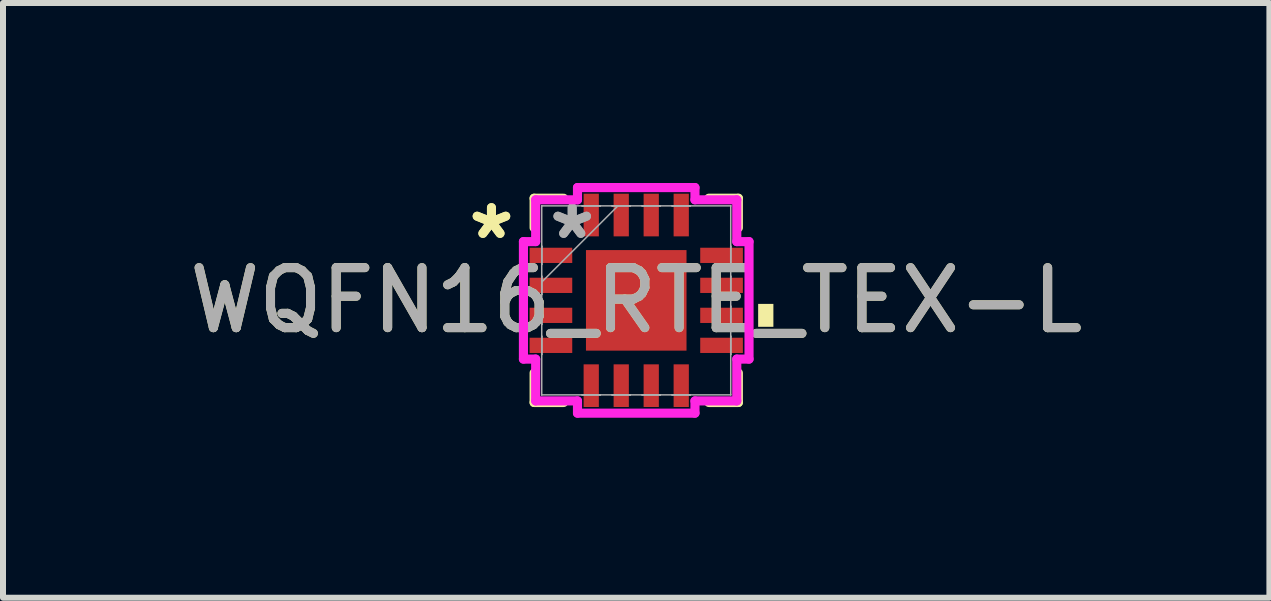
<source format=kicad_pcb>
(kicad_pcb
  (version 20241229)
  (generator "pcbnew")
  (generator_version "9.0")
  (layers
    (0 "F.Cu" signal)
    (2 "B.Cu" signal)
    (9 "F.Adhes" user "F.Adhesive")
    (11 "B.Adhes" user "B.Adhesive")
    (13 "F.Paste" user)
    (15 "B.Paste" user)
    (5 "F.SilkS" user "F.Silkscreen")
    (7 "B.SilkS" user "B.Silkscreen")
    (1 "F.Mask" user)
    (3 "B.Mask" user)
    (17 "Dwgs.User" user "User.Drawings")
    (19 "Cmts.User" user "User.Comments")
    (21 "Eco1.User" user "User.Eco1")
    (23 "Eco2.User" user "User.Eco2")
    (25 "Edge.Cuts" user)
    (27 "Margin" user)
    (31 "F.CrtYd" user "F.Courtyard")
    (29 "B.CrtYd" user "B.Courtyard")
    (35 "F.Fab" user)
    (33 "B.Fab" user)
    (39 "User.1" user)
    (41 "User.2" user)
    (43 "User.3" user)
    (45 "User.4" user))
  (footprint "WQFN16_RTE_TEX-L"
    (layer "F.Cu")
    (at 7.554 1.956)
    (property "Reference" "WQFN16_RTE_TEX-L" (at 0 0 0) (unlocked yes) (layer "F.SilkS") (effects (font (size 1 1) (thickness 0.15))))
    (attr smd)
    (fp_line (start -1.702 -1.702) (end -1.702 -1.21) (stroke (width 0.152) (type solid)) (layer "F.SilkS"))
    (fp_line (start -1.702 1.21) (end -1.702 1.702) (stroke (width 0.152) (type solid)) (layer "F.SilkS"))
    (fp_line (start -1.702 1.702) (end -1.21 1.702) (stroke (width 0.152) (type solid)) (layer "F.SilkS"))
    (fp_line (start -1.21 -1.702) (end -1.702 -1.702) (stroke (width 0.152) (type solid)) (layer "F.SilkS"))
    (fp_line (start 1.21 1.702) (end 1.702 1.702) (stroke (width 0.152) (type solid)) (layer "F.SilkS"))
    (fp_line (start 1.702 -1.702) (end 1.21 -1.702) (stroke (width 0.152) (type solid)) (layer "F.SilkS"))
    (fp_line (start 1.702 -1.21) (end 1.702 -1.702) (stroke (width 0.152) (type solid)) (layer "F.SilkS"))
    (fp_line (start 1.702 1.702) (end 1.702 1.21) (stroke (width 0.152) (type solid)) (layer "F.SilkS"))
    (fp_poly (pts (xy 2.286 0.059) (xy 2.286 0.441) (xy 2.032 0.441) (xy 2.032 0.059)) (stroke (width 0) (type solid)) (fill yes) (layer "F.SilkS"))
    (fp_line (start -1.88 -0.979) (end -1.676 -0.979) (stroke (width 0.152) (type solid)) (layer "F.CrtYd"))
    (fp_line (start -1.88 0.979) (end -1.88 -0.979) (stroke (width 0.152) (type solid)) (layer "F.CrtYd"))
    (fp_line (start -1.676 -1.676) (end -0.979 -1.676) (stroke (width 0.152) (type solid)) (layer "F.CrtYd"))
    (fp_line (start -1.676 -0.979) (end -1.676 -1.676) (stroke (width 0.152) (type solid)) (layer "F.CrtYd"))
    (fp_line (start -1.676 0.979) (end -1.88 0.979) (stroke (width 0.152) (type solid)) (layer "F.CrtYd"))
    (fp_line (start -1.676 1.676) (end -1.676 0.979) (stroke (width 0.152) (type solid)) (layer "F.CrtYd"))
    (fp_line (start -0.979 -1.88) (end 0.979 -1.88) (stroke (width 0.152) (type solid)) (layer "F.CrtYd"))
    (fp_line (start -0.979 -1.676) (end -0.979 -1.88) (stroke (width 0.152) (type solid)) (layer "F.CrtYd"))
    (fp_line (start -0.979 1.676) (end -1.676 1.676) (stroke (width 0.152) (type solid)) (layer "F.CrtYd"))
    (fp_line (start -0.979 1.88) (end -0.979 1.676) (stroke (width 0.152) (type solid)) (layer "F.CrtYd"))
    (fp_line (start 0.979 -1.88) (end 0.979 -1.676) (stroke (width 0.152) (type solid)) (layer "F.CrtYd"))
    (fp_line (start 0.979 -1.676) (end 1.676 -1.676) (stroke (width 0.152) (type solid)) (layer "F.CrtYd"))
    (fp_line (start 0.979 1.676) (end 0.979 1.88) (stroke (width 0.152) (type solid)) (layer "F.CrtYd"))
    (fp_line (start 0.979 1.88) (end -0.979 1.88) (stroke (width 0.152) (type solid)) (layer "F.CrtYd"))
    (fp_line (start 1.676 -1.676) (end 1.676 -0.979) (stroke (width 0.152) (type solid)) (layer "F.CrtYd"))
    (fp_line (start 1.676 -0.979) (end 1.88 -0.979) (stroke (width 0.152) (type solid)) (layer "F.CrtYd"))
    (fp_line (start 1.676 0.979) (end 1.676 1.676) (stroke (width 0.152) (type solid)) (layer "F.CrtYd"))
    (fp_line (start 1.676 1.676) (end 0.979 1.676) (stroke (width 0.152) (type solid)) (layer "F.CrtYd"))
    (fp_line (start 1.88 -0.979) (end 1.88 0.979) (stroke (width 0.152) (type solid)) (layer "F.CrtYd"))
    (fp_line (start 1.88 0.979) (end 1.676 0.979) (stroke (width 0.152) (type solid)) (layer "F.CrtYd"))
    (fp_line (start -1.575 -1.575) (end -1.575 -1.575) (stroke (width 0.025) (type solid)) (layer "F.Fab"))
    (fp_line (start -1.575 -1.575) (end -1.575 1.575) (stroke (width 0.025) (type solid)) (layer "F.Fab"))
    (fp_line (start -1.575 -0.902) (end -1.575 -0.902) (stroke (width 0.025) (type solid)) (layer "F.Fab"))
    (fp_line (start -1.575 -0.902) (end -1.575 -0.598) (stroke (width 0.025) (type solid)) (layer "F.Fab"))
    (fp_line (start -1.575 -0.598) (end -1.575 -0.902) (stroke (width 0.025) (type solid)) (layer "F.Fab"))
    (fp_line (start -1.575 -0.598) (end -1.575 -0.598) (stroke (width 0.025) (type solid)) (layer "F.Fab"))
    (fp_line (start -1.575 -0.402) (end -1.575 -0.402) (stroke (width 0.025) (type solid)) (layer "F.Fab"))
    (fp_line (start -1.575 -0.402) (end -1.575 -0.098) (stroke (width 0.025) (type solid)) (layer "F.Fab"))
    (fp_line (start -1.575 -0.305) (end -0.305 -1.575) (stroke (width 0.025) (type solid)) (layer "F.Fab"))
    (fp_line (start -1.575 -0.098) (end -1.575 -0.402) (stroke (width 0.025) (type solid)) (layer "F.Fab"))
    (fp_line (start -1.575 -0.098) (end -1.575 -0.098) (stroke (width 0.025) (type solid)) (layer "F.Fab"))
    (fp_line (start -1.575 0.098) (end -1.575 0.098) (stroke (width 0.025) (type solid)) (layer "F.Fab"))
    (fp_line (start -1.575 0.098) (end -1.575 0.402) (stroke (width 0.025) (type solid)) (layer "F.Fab"))
    (fp_line (start -1.575 0.402) (end -1.575 0.098) (stroke (width 0.025) (type solid)) (layer "F.Fab"))
    (fp_line (start -1.575 0.402) (end -1.575 0.402) (stroke (width 0.025) (type solid)) (layer "F.Fab"))
    (fp_line (start -1.575 0.598) (end -1.575 0.598) (stroke (width 0.025) (type solid)) (layer "F.Fab"))
    (fp_line (start -1.575 0.598) (end -1.575 0.902) (stroke (width 0.025) (type solid)) (layer "F.Fab"))
    (fp_line (start -1.575 0.902) (end -1.575 0.598) (stroke (width 0.025) (type solid)) (layer "F.Fab"))
    (fp_line (start -1.575 0.902) (end -1.575 0.902) (stroke (width 0.025) (type solid)) (layer "F.Fab"))
    (fp_line (start -1.575 1.575) (end -1.575 1.575) (stroke (width 0.025) (type solid)) (layer "F.Fab"))
    (fp_line (start -1.575 1.575) (end 1.575 1.575) (stroke (width 0.025) (type solid)) (layer "F.Fab"))
    (fp_line (start -0.902 -1.575) (end -0.902 -1.575) (stroke (width 0.025) (type solid)) (layer "F.Fab"))
    (fp_line (start -0.902 -1.575) (end -0.598 -1.575) (stroke (width 0.025) (type solid)) (layer "F.Fab"))
    (fp_line (start -0.902 1.575) (end -0.902 1.575) (stroke (width 0.025) (type solid)) (layer "F.Fab"))
    (fp_line (start -0.902 1.575) (end -0.598 1.575) (stroke (width 0.025) (type solid)) (layer "F.Fab"))
    (fp_line (start -0.598 -1.575) (end -0.902 -1.575) (stroke (width 0.025) (type solid)) (layer "F.Fab"))
    (fp_line (start -0.598 -1.575) (end -0.598 -1.575) (stroke (width 0.025) (type solid)) (layer "F.Fab"))
    (fp_line (start -0.598 1.575) (end -0.902 1.575) (stroke (width 0.025) (type solid)) (layer "F.Fab"))
    (fp_line (start -0.598 1.575) (end -0.598 1.575) (stroke (width 0.025) (type solid)) (layer "F.Fab"))
    (fp_line (start -0.402 -1.575) (end -0.402 -1.575) (stroke (width 0.025) (type solid)) (layer "F.Fab"))
    (fp_line (start -0.402 -1.575) (end -0.098 -1.575) (stroke (width 0.025) (type solid)) (layer "F.Fab"))
    (fp_line (start -0.402 1.575) (end -0.402 1.575) (stroke (width 0.025) (type solid)) (layer "F.Fab"))
    (fp_line (start -0.402 1.575) (end -0.098 1.575) (stroke (width 0.025) (type solid)) (layer "F.Fab"))
    (fp_line (start -0.098 -1.575) (end -0.402 -1.575) (stroke (width 0.025) (type solid)) (layer "F.Fab"))
    (fp_line (start -0.098 -1.575) (end -0.098 -1.575) (stroke (width 0.025) (type solid)) (layer "F.Fab"))
    (fp_line (start -0.098 1.575) (end -0.402 1.575) (stroke (width 0.025) (type solid)) (layer "F.Fab"))
    (fp_line (start -0.098 1.575) (end -0.098 1.575) (stroke (width 0.025) (type solid)) (layer "F.Fab"))
    (fp_line (start 0.098 -1.575) (end 0.098 -1.575) (stroke (width 0.025) (type solid)) (layer "F.Fab"))
    (fp_line (start 0.098 -1.575) (end 0.402 -1.575) (stroke (width 0.025) (type solid)) (layer "F.Fab"))
    (fp_line (start 0.098 1.575) (end 0.098 1.575) (stroke (width 0.025) (type solid)) (layer "F.Fab"))
    (fp_line (start 0.098 1.575) (end 0.402 1.575) (stroke (width 0.025) (type solid)) (layer "F.Fab"))
    (fp_line (start 0.402 -1.575) (end 0.098 -1.575) (stroke (width 0.025) (type solid)) (layer "F.Fab"))
    (fp_line (start 0.402 -1.575) (end 0.402 -1.575) (stroke (width 0.025) (type solid)) (layer "F.Fab"))
    (fp_line (start 0.402 1.575) (end 0.098 1.575) (stroke (width 0.025) (type solid)) (layer "F.Fab"))
    (fp_line (start 0.402 1.575) (end 0.402 1.575) (stroke (width 0.025) (type solid)) (layer "F.Fab"))
    (fp_line (start 0.598 -1.575) (end 0.598 -1.575) (stroke (width 0.025) (type solid)) (layer "F.Fab"))
    (fp_line (start 0.598 -1.575) (end 0.902 -1.575) (stroke (width 0.025) (type solid)) (layer "F.Fab"))
    (fp_line (start 0.598 1.575) (end 0.598 1.575) (stroke (width 0.025) (type solid)) (layer "F.Fab"))
    (fp_line (start 0.598 1.575) (end 0.902 1.575) (stroke (width 0.025) (type solid)) (layer "F.Fab"))
    (fp_line (start 0.902 -1.575) (end 0.598 -1.575) (stroke (width 0.025) (type solid)) (layer "F.Fab"))
    (fp_line (start 0.902 -1.575) (end 0.902 -1.575) (stroke (width 0.025) (type solid)) (layer "F.Fab"))
    (fp_line (start 0.902 1.575) (end 0.598 1.575) (stroke (width 0.025) (type solid)) (layer "F.Fab"))
    (fp_line (start 0.902 1.575) (end 0.902 1.575) (stroke (width 0.025) (type solid)) (layer "F.Fab"))
    (fp_line (start 1.575 -1.575) (end -1.575 -1.575) (stroke (width 0.025) (type solid)) (layer "F.Fab"))
    (fp_line (start 1.575 -1.575) (end 1.575 -1.575) (stroke (width 0.025) (type solid)) (layer "F.Fab"))
    (fp_line (start 1.575 -0.902) (end 1.575 -0.902) (stroke (width 0.025) (type solid)) (layer "F.Fab"))
    (fp_line (start 1.575 -0.902) (end 1.575 -0.598) (stroke (width 0.025) (type solid)) (layer "F.Fab"))
    (fp_line (start 1.575 -0.598) (end 1.575 -0.902) (stroke (width 0.025) (type solid)) (layer "F.Fab"))
    (fp_line (start 1.575 -0.598) (end 1.575 -0.598) (stroke (width 0.025) (type solid)) (layer "F.Fab"))
    (fp_line (start 1.575 -0.402) (end 1.575 -0.402) (stroke (width 0.025) (type solid)) (layer "F.Fab"))
    (fp_line (start 1.575 -0.402) (end 1.575 -0.098) (stroke (width 0.025) (type solid)) (layer "F.Fab"))
    (fp_line (start 1.575 -0.098) (end 1.575 -0.402) (stroke (width 0.025) (type solid)) (layer "F.Fab"))
    (fp_line (start 1.575 -0.098) (end 1.575 -0.098) (stroke (width 0.025) (type solid)) (layer "F.Fab"))
    (fp_line (start 1.575 0.098) (end 1.575 0.098) (stroke (width 0.025) (type solid)) (layer "F.Fab"))
    (fp_line (start 1.575 0.098) (end 1.575 0.402) (stroke (width 0.025) (type solid)) (layer "F.Fab"))
    (fp_line (start 1.575 0.402) (end 1.575 0.098) (stroke (width 0.025) (type solid)) (layer "F.Fab"))
    (fp_line (start 1.575 0.402) (end 1.575 0.402) (stroke (width 0.025) (type solid)) (layer "F.Fab"))
    (fp_line (start 1.575 0.598) (end 1.575 0.598) (stroke (width 0.025) (type solid)) (layer "F.Fab"))
    (fp_line (start 1.575 0.598) (end 1.575 0.902) (stroke (width 0.025) (type solid)) (layer "F.Fab"))
    (fp_line (start 1.575 0.902) (end 1.575 0.598) (stroke (width 0.025) (type solid)) (layer "F.Fab"))
    (fp_line (start 1.575 0.902) (end 1.575 0.902) (stroke (width 0.025) (type solid)) (layer "F.Fab"))
    (fp_line (start 1.575 1.575) (end 1.575 -1.575) (stroke (width 0.025) (type solid)) (layer "F.Fab"))
    (fp_line (start 1.575 1.575) (end 1.575 1.575) (stroke (width 0.025) (type solid)) (layer "F.Fab"))
    (fp_text user "*" (at -2.413 -1 0) (layer "F.SilkS") (effects (font (size 1 1) (thickness 0.15))))
    (fp_text user "*" (at -2.413 -1 0) (unlocked yes) (layer "F.SilkS") (effects (font (size 1 1) (thickness 0.15))))
    (fp_text user "*" (at -1.067 -1 0) (unlocked yes) (layer "F.Fab") (effects (font (size 1 1) (thickness 0.15))))
    (fp_text user "${REFERENCE}" (at 0 0 0) (unlocked yes) (layer "F.Fab") (effects (font (size 1 1) (thickness 0.15))))
    (fp_text user "*" (at -1.067 -1 0) (layer "F.Fab") (effects (font (size 1 1) (thickness 0.15))))
    (pad "1" smd rect (at -1.422 -0.75 90) (size 0.254 0.711) (layers "F.Cu" "F.Mask" "F.Paste"))
    (pad "2" smd rect (at -1.422 -0.25 90) (size 0.254 0.711) (layers "F.Cu" "F.Mask" "F.Paste"))
    (pad "3" smd rect (at -1.422 0.25 90) (size 0.254 0.711) (layers "F.Cu" "F.Mask" "F.Paste"))
    (pad "4" smd rect (at -1.422 0.75 90) (size 0.254 0.711) (layers "F.Cu" "F.Mask" "F.Paste"))
    (pad "5" smd rect (at -0.75 1.422) (size 0.254 0.711) (layers "F.Cu" "F.Mask" "F.Paste"))
    (pad "6" smd rect (at -0.25 1.422) (size 0.254 0.711) (layers "F.Cu" "F.Mask" "F.Paste"))
    (pad "7" smd rect (at 0.25 1.422) (size 0.254 0.711) (layers "F.Cu" "F.Mask" "F.Paste"))
    (pad "8" smd rect (at 0.75 1.422) (size 0.254 0.711) (layers "F.Cu" "F.Mask" "F.Paste"))
    (pad "9" smd rect (at 1.422 0.75 90) (size 0.254 0.711) (layers "F.Cu" "F.Mask" "F.Paste"))
    (pad "10" smd rect (at 1.422 0.25 90) (size 0.254 0.711) (layers "F.Cu" "F.Mask" "F.Paste"))
    (pad "11" smd rect (at 1.422 -0.25 90) (size 0.254 0.711) (layers "F.Cu" "F.Mask" "F.Paste"))
    (pad "12" smd rect (at 1.422 -0.75 90) (size 0.254 0.711) (layers "F.Cu" "F.Mask" "F.Paste"))
    (pad "13" smd rect (at 0.75 -1.422) (size 0.254 0.711) (layers "F.Cu" "F.Mask" "F.Paste"))
    (pad "14" smd rect (at 0.25 -1.422) (size 0.254 0.711) (layers "F.Cu" "F.Mask" "F.Paste"))
    (pad "15" smd rect (at -0.25 -1.422) (size 0.254 0.711) (layers "F.Cu" "F.Mask" "F.Paste"))
    (pad "16" smd rect (at -0.75 -1.422) (size 0.254 0.711) (layers "F.Cu" "F.Mask" "F.Paste"))
    (pad "17" smd rect (at 0 0) (size 1.676 1.676) (layers "F.Cu" "F.Mask" "F.Paste")))
  (gr_rect
    (start -3 -3)
    (end 18.107 6.912)
    (stroke (width 0.1) (type default))
    (fill no)
    (layer "Edge.Cuts")))
</source>
